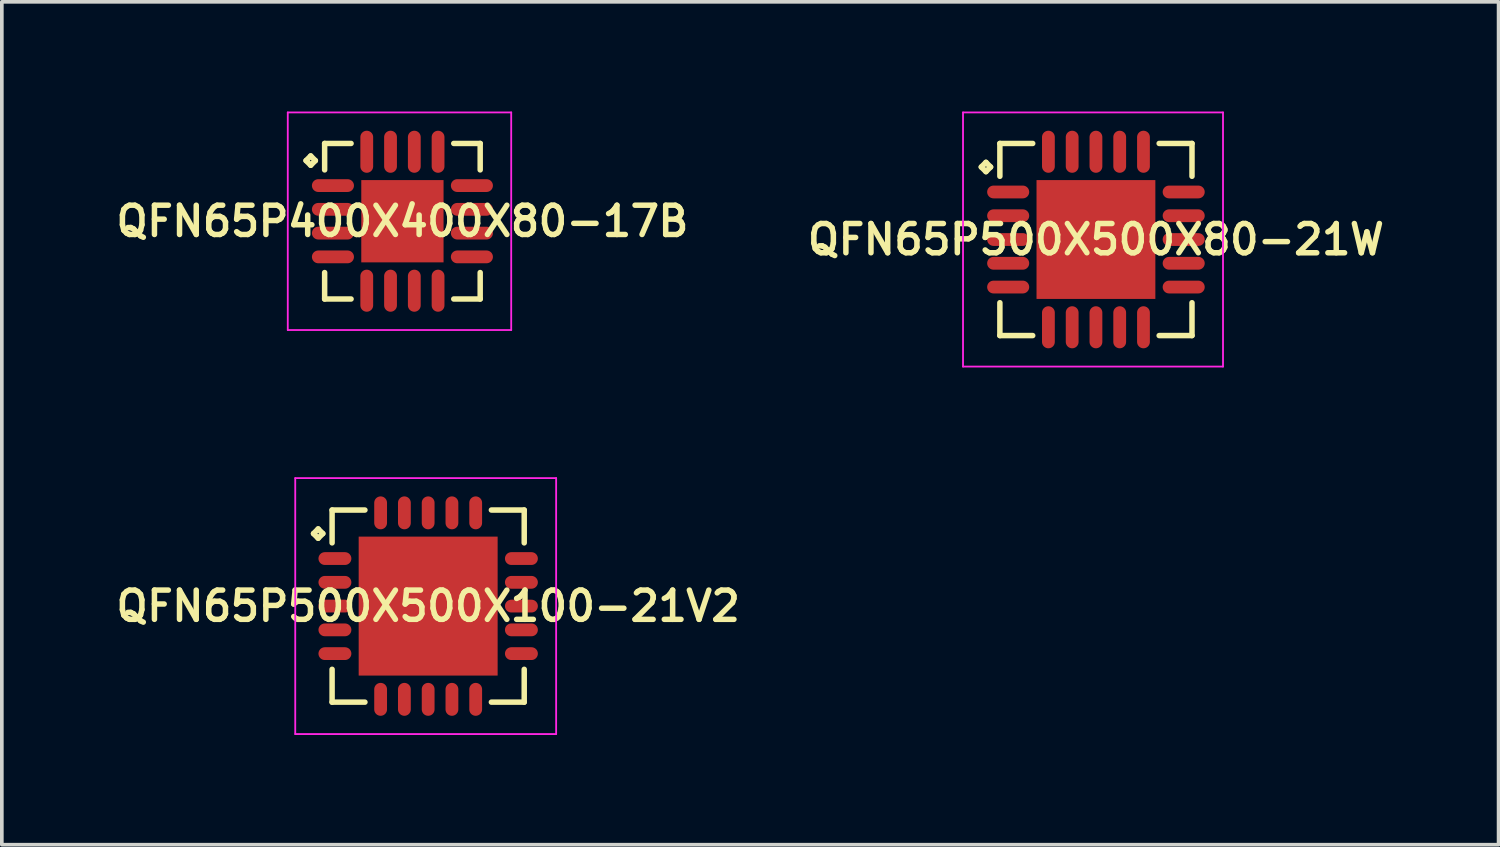
<source format=kicad_pcb>
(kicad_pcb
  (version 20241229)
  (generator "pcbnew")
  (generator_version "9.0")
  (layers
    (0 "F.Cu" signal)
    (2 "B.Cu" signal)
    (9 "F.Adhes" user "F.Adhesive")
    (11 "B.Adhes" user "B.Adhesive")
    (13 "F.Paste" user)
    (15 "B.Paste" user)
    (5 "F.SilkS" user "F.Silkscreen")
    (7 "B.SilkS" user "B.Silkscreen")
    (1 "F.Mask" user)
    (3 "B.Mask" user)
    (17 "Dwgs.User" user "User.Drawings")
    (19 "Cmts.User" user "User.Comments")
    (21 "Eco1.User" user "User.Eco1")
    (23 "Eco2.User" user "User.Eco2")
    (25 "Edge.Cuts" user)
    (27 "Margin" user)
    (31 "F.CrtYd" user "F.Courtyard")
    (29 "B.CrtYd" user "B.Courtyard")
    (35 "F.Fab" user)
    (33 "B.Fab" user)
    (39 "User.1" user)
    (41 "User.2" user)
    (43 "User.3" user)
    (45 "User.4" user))
  (footprint "QFN65P500X500X100-21V2"
    (layer "F.Cu")
    (at 8.659 13.525)
    (property "Reference" "QFN65P500X500X100-21V2" (at 0 0 0) (layer "F.SilkS") (effects (font (size 0.8 0.8) (thickness 0.15))))
    (attr smd)
    (fp_line (start -3.135 -1.983) (end -3.008 -2.11) (stroke (width 0.15) (type solid)) (layer "F.SilkS"))
    (fp_line (start -3.008 -2.11) (end -2.881 -1.983) (stroke (width 0.15) (type solid)) (layer "F.SilkS"))
    (fp_line (start -3.008 -1.856) (end -3.135 -1.983) (stroke (width 0.15) (type solid)) (layer "F.SilkS"))
    (fp_line (start -2.881 -1.983) (end -3.008 -1.856) (stroke (width 0.15) (type solid)) (layer "F.SilkS"))
    (fp_line (start -2.627 -2.627) (end -1.729 -2.627) (stroke (width 0.15) (type solid)) (layer "F.SilkS"))
    (fp_line (start -2.627 -1.729) (end -2.627 -2.627) (stroke (width 0.15) (type solid)) (layer "F.SilkS"))
    (fp_line (start -2.627 1.729) (end -2.627 2.627) (stroke (width 0.15) (type solid)) (layer "F.SilkS"))
    (fp_line (start -2.627 2.627) (end -1.729 2.627) (stroke (width 0.15) (type solid)) (layer "F.SilkS"))
    (fp_line (start 1.729 -2.627) (end 2.627 -2.627) (stroke (width 0.15) (type solid)) (layer "F.SilkS"))
    (fp_line (start 1.729 2.627) (end 2.627 2.627) (stroke (width 0.15) (type solid)) (layer "F.SilkS"))
    (fp_line (start 2.627 -2.627) (end 2.627 -1.729) (stroke (width 0.15) (type solid)) (layer "F.SilkS"))
    (fp_line (start 2.627 2.627) (end 2.627 1.729) (stroke (width 0.15) (type solid)) (layer "F.SilkS"))
    (fp_line (start -3.635 -3.5) (end 3.5 -3.5) (stroke (width 0.05) (type solid)) (layer "F.CrtYd"))
    (fp_line (start -3.635 3.5) (end -3.635 -3.5) (stroke (width 0.05) (type solid)) (layer "F.CrtYd"))
    (fp_line (start 3.5 -3.5) (end 3.5 3.5) (stroke (width 0.05) (type solid)) (layer "F.CrtYd"))
    (fp_line (start 3.5 3.5) (end -3.635 3.5) (stroke (width 0.05) (type solid)) (layer "F.CrtYd"))
    (pad "1" smd oval (at -2.55 -1.3) (size 0.9 0.35) (layers "F.Cu" "F.Mask" "F.Paste"))
    (pad "2" smd oval (at -2.55 -0.65) (size 0.9 0.35) (layers "F.Cu" "F.Mask" "F.Paste"))
    (pad "3" smd oval (at -2.55 0) (size 0.9 0.35) (layers "F.Cu" "F.Mask" "F.Paste"))
    (pad "4" smd oval (at -2.55 0.65) (size 0.9 0.35) (layers "F.Cu" "F.Mask" "F.Paste"))
    (pad "5" smd oval (at -2.55 1.3) (size 0.9 0.35) (layers "F.Cu" "F.Mask" "F.Paste"))
    (pad "6" smd oval (at -1.3 2.55) (size 0.35 0.9) (layers "F.Cu" "F.Mask" "F.Paste"))
    (pad "7" smd oval (at -0.65 2.55) (size 0.35 0.9) (layers "F.Cu" "F.Mask" "F.Paste"))
    (pad "8" smd oval (at 0 2.55) (size 0.35 0.9) (layers "F.Cu" "F.Mask" "F.Paste"))
    (pad "9" smd oval (at 0.65 2.55) (size 0.35 0.9) (layers "F.Cu" "F.Mask" "F.Paste"))
    (pad "10" smd oval (at 1.3 2.55) (size 0.35 0.9) (layers "F.Cu" "F.Mask" "F.Paste"))
    (pad "11" smd oval (at 2.55 1.3) (size 0.9 0.35) (layers "F.Cu" "F.Mask" "F.Paste"))
    (pad "12" smd oval (at 2.55 0.65) (size 0.9 0.35) (layers "F.Cu" "F.Mask" "F.Paste"))
    (pad "13" smd oval (at 2.55 0) (size 0.9 0.35) (layers "F.Cu" "F.Mask" "F.Paste"))
    (pad "14" smd oval (at 2.55 -0.65) (size 0.9 0.35) (layers "F.Cu" "F.Mask" "F.Paste"))
    (pad "15" smd oval (at 2.55 -1.3) (size 0.9 0.35) (layers "F.Cu" "F.Mask" "F.Paste"))
    (pad "16" smd oval (at 1.3 -2.55) (size 0.35 0.9) (layers "F.Cu" "F.Mask" "F.Paste"))
    (pad "17" smd oval (at 0.65 -2.55) (size 0.35 0.9) (layers "F.Cu" "F.Mask" "F.Paste"))
    (pad "18" smd oval (at 0 -2.55) (size 0.35 0.9) (layers "F.Cu" "F.Mask" "F.Paste"))
    (pad "19" smd oval (at -0.65 -2.55) (size 0.35 0.9) (layers "F.Cu" "F.Mask" "F.Paste"))
    (pad "20" smd oval (at -1.3 -2.55) (size 0.35 0.9) (layers "F.Cu" "F.Mask" "F.Paste"))
    (pad "21" smd rect (at 0 0) (size 3.8 3.8) (layers "F.Cu" "F.Mask" "F.Paste")))
  (footprint "QFN65P500X500X80-21W"
    (layer "F.Cu")
    (at 26.921 3.5)
    (property "Reference" "QFN65P500X500X80-21W" (at 0 0 0) (layer "F.SilkS") (effects (font (size 0.8 0.8) (thickness 0.15))))
    (attr smd)
    (fp_line (start -3.135 -1.983) (end -3.008 -2.11) (stroke (width 0.15) (type solid)) (layer "F.SilkS"))
    (fp_line (start -3.008 -2.11) (end -2.881 -1.983) (stroke (width 0.15) (type solid)) (layer "F.SilkS"))
    (fp_line (start -3.008 -1.856) (end -3.135 -1.983) (stroke (width 0.15) (type solid)) (layer "F.SilkS"))
    (fp_line (start -2.881 -1.983) (end -3.008 -1.856) (stroke (width 0.15) (type solid)) (layer "F.SilkS"))
    (fp_line (start -2.627 -2.627) (end -1.729 -2.627) (stroke (width 0.15) (type solid)) (layer "F.SilkS"))
    (fp_line (start -2.627 -1.729) (end -2.627 -2.627) (stroke (width 0.15) (type solid)) (layer "F.SilkS"))
    (fp_line (start -2.627 1.729) (end -2.627 2.627) (stroke (width 0.15) (type solid)) (layer "F.SilkS"))
    (fp_line (start -2.627 2.627) (end -1.729 2.627) (stroke (width 0.15) (type solid)) (layer "F.SilkS"))
    (fp_line (start 1.729 -2.627) (end 2.627 -2.627) (stroke (width 0.15) (type solid)) (layer "F.SilkS"))
    (fp_line (start 1.729 2.627) (end 2.627 2.627) (stroke (width 0.15) (type solid)) (layer "F.SilkS"))
    (fp_line (start 2.627 -2.627) (end 2.627 -1.729) (stroke (width 0.15) (type solid)) (layer "F.SilkS"))
    (fp_line (start 2.627 2.627) (end 2.627 1.729) (stroke (width 0.15) (type solid)) (layer "F.SilkS"))
    (fp_line (start -3.635 -3.475) (end 3.475 -3.475) (stroke (width 0.05) (type solid)) (layer "F.CrtYd"))
    (fp_line (start -3.635 3.475) (end -3.635 -3.475) (stroke (width 0.05) (type solid)) (layer "F.CrtYd"))
    (fp_line (start 3.475 -3.475) (end 3.475 3.475) (stroke (width 0.05) (type solid)) (layer "F.CrtYd"))
    (fp_line (start 3.475 3.475) (end -3.635 3.475) (stroke (width 0.05) (type solid)) (layer "F.CrtYd"))
    (pad "1" smd oval (at -2.4 -1.3) (size 1.15 0.35) (layers "F.Cu" "F.Mask" "F.Paste"))
    (pad "2" smd oval (at -2.4 -0.65) (size 1.15 0.35) (layers "F.Cu" "F.Mask" "F.Paste"))
    (pad "3" smd oval (at -2.4 0) (size 1.15 0.35) (layers "F.Cu" "F.Mask" "F.Paste"))
    (pad "4" smd oval (at -2.4 0.65) (size 1.15 0.35) (layers "F.Cu" "F.Mask" "F.Paste"))
    (pad "5" smd oval (at -2.4 1.3) (size 1.15 0.35) (layers "F.Cu" "F.Mask" "F.Paste"))
    (pad "6" smd oval (at -1.3 2.4) (size 0.35 1.15) (layers "F.Cu" "F.Mask" "F.Paste"))
    (pad "7" smd oval (at -0.65 2.4) (size 0.35 1.15) (layers "F.Cu" "F.Mask" "F.Paste"))
    (pad "8" smd oval (at 0 2.4) (size 0.35 1.15) (layers "F.Cu" "F.Mask" "F.Paste"))
    (pad "9" smd oval (at 0.65 2.4) (size 0.35 1.15) (layers "F.Cu" "F.Mask" "F.Paste"))
    (pad "10" smd oval (at 1.3 2.4) (size 0.35 1.15) (layers "F.Cu" "F.Mask" "F.Paste"))
    (pad "11" smd oval (at 2.4 1.3) (size 1.15 0.35) (layers "F.Cu" "F.Mask" "F.Paste"))
    (pad "12" smd oval (at 2.4 0.65) (size 1.15 0.35) (layers "F.Cu" "F.Mask" "F.Paste"))
    (pad "13" smd oval (at 2.4 0) (size 1.15 0.35) (layers "F.Cu" "F.Mask" "F.Paste"))
    (pad "14" smd oval (at 2.4 -0.65) (size 1.15 0.35) (layers "F.Cu" "F.Mask" "F.Paste"))
    (pad "15" smd oval (at 2.4 -1.3) (size 1.15 0.35) (layers "F.Cu" "F.Mask" "F.Paste"))
    (pad "16" smd oval (at 1.3 -2.4) (size 0.35 1.15) (layers "F.Cu" "F.Mask" "F.Paste"))
    (pad "17" smd oval (at 0.65 -2.4) (size 0.35 1.15) (layers "F.Cu" "F.Mask" "F.Paste"))
    (pad "18" smd oval (at 0 -2.4) (size 0.35 1.15) (layers "F.Cu" "F.Mask" "F.Paste"))
    (pad "19" smd oval (at -0.65 -2.4) (size 0.35 1.15) (layers "F.Cu" "F.Mask" "F.Paste"))
    (pad "20" smd oval (at -1.3 -2.4) (size 0.35 1.15) (layers "F.Cu" "F.Mask" "F.Paste"))
    (pad "21" smd rect (at 0 0) (size 3.25 3.25) (layers "F.Cu" "F.Mask" "F.Paste")))
  (footprint "QFN65P400X400X80-17B"
    (layer "F.Cu")
    (at 7.955 3)
    (property "Reference" "QFN65P400X400X80-17B" (at 0 0 0) (layer "F.SilkS") (effects (font (size 0.8 0.8) (thickness 0.15))))
    (attr smd)
    (fp_line (start -2.635 -1.658) (end -2.508 -1.785) (stroke (width 0.15) (type solid)) (layer "F.SilkS"))
    (fp_line (start -2.508 -1.785) (end -2.381 -1.658) (stroke (width 0.15) (type solid)) (layer "F.SilkS"))
    (fp_line (start -2.508 -1.531) (end -2.635 -1.658) (stroke (width 0.15) (type solid)) (layer "F.SilkS"))
    (fp_line (start -2.381 -1.658) (end -2.508 -1.531) (stroke (width 0.15) (type solid)) (layer "F.SilkS"))
    (fp_line (start -2.127 -2.127) (end -1.404 -2.127) (stroke (width 0.15) (type solid)) (layer "F.SilkS"))
    (fp_line (start -2.127 -1.404) (end -2.127 -2.127) (stroke (width 0.15) (type solid)) (layer "F.SilkS"))
    (fp_line (start -2.127 1.404) (end -2.127 2.127) (stroke (width 0.15) (type solid)) (layer "F.SilkS"))
    (fp_line (start -2.127 2.127) (end -1.404 2.127) (stroke (width 0.15) (type solid)) (layer "F.SilkS"))
    (fp_line (start 1.404 -2.127) (end 2.127 -2.127) (stroke (width 0.15) (type solid)) (layer "F.SilkS"))
    (fp_line (start 1.404 2.127) (end 2.127 2.127) (stroke (width 0.15) (type solid)) (layer "F.SilkS"))
    (fp_line (start 2.127 -2.127) (end 2.127 -1.404) (stroke (width 0.15) (type solid)) (layer "F.SilkS"))
    (fp_line (start 2.127 2.127) (end 2.127 1.404) (stroke (width 0.15) (type solid)) (layer "F.SilkS"))
    (fp_line (start -3.135 -2.975) (end 2.975 -2.975) (stroke (width 0.05) (type solid)) (layer "F.CrtYd"))
    (fp_line (start -3.135 2.975) (end -3.135 -2.975) (stroke (width 0.05) (type solid)) (layer "F.CrtYd"))
    (fp_line (start 2.975 -2.975) (end 2.975 2.975) (stroke (width 0.05) (type solid)) (layer "F.CrtYd"))
    (fp_line (start 2.975 2.975) (end -3.135 2.975) (stroke (width 0.05) (type solid)) (layer "F.CrtYd"))
    (pad "1" smd oval (at -1.9 -0.975) (size 1.15 0.35) (layers "F.Cu" "F.Mask" "F.Paste"))
    (pad "2" smd oval (at -1.9 -0.325) (size 1.15 0.35) (layers "F.Cu" "F.Mask" "F.Paste"))
    (pad "3" smd oval (at -1.9 0.325) (size 1.15 0.35) (layers "F.Cu" "F.Mask" "F.Paste"))
    (pad "4" smd oval (at -1.9 0.975) (size 1.15 0.35) (layers "F.Cu" "F.Mask" "F.Paste"))
    (pad "5" smd oval (at -0.975 1.9) (size 0.35 1.15) (layers "F.Cu" "F.Mask" "F.Paste"))
    (pad "6" smd oval (at -0.325 1.9) (size 0.35 1.15) (layers "F.Cu" "F.Mask" "F.Paste"))
    (pad "7" smd oval (at 0.325 1.9) (size 0.35 1.15) (layers "F.Cu" "F.Mask" "F.Paste"))
    (pad "8" smd oval (at 0.975 1.9) (size 0.35 1.15) (layers "F.Cu" "F.Mask" "F.Paste"))
    (pad "9" smd oval (at 1.9 0.975) (size 1.15 0.35) (layers "F.Cu" "F.Mask" "F.Paste"))
    (pad "10" smd oval (at 1.9 0.325) (size 1.15 0.35) (layers "F.Cu" "F.Mask" "F.Paste"))
    (pad "11" smd oval (at 1.9 -0.325) (size 1.15 0.35) (layers "F.Cu" "F.Mask" "F.Paste"))
    (pad "12" smd oval (at 1.9 -0.975) (size 1.15 0.35) (layers "F.Cu" "F.Mask" "F.Paste"))
    (pad "13" smd oval (at 0.975 -1.9) (size 0.35 1.15) (layers "F.Cu" "F.Mask" "F.Paste"))
    (pad "14" smd oval (at 0.325 -1.9) (size 0.35 1.15) (layers "F.Cu" "F.Mask" "F.Paste"))
    (pad "15" smd oval (at -0.325 -1.9) (size 0.35 1.15) (layers "F.Cu" "F.Mask" "F.Paste"))
    (pad "16" smd oval (at -0.975 -1.9) (size 0.35 1.15) (layers "F.Cu" "F.Mask" "F.Paste"))
    (pad "17" smd rect (at 0 0) (size 2.25 2.25) (layers "F.Cu" "F.Mask" "F.Paste")))
  (gr_rect
    (start -3 -3)
    (end 37.932 20.05)
    (stroke (width 0.1) (type default))
    (fill no)
    (layer "Edge.Cuts")))
</source>
